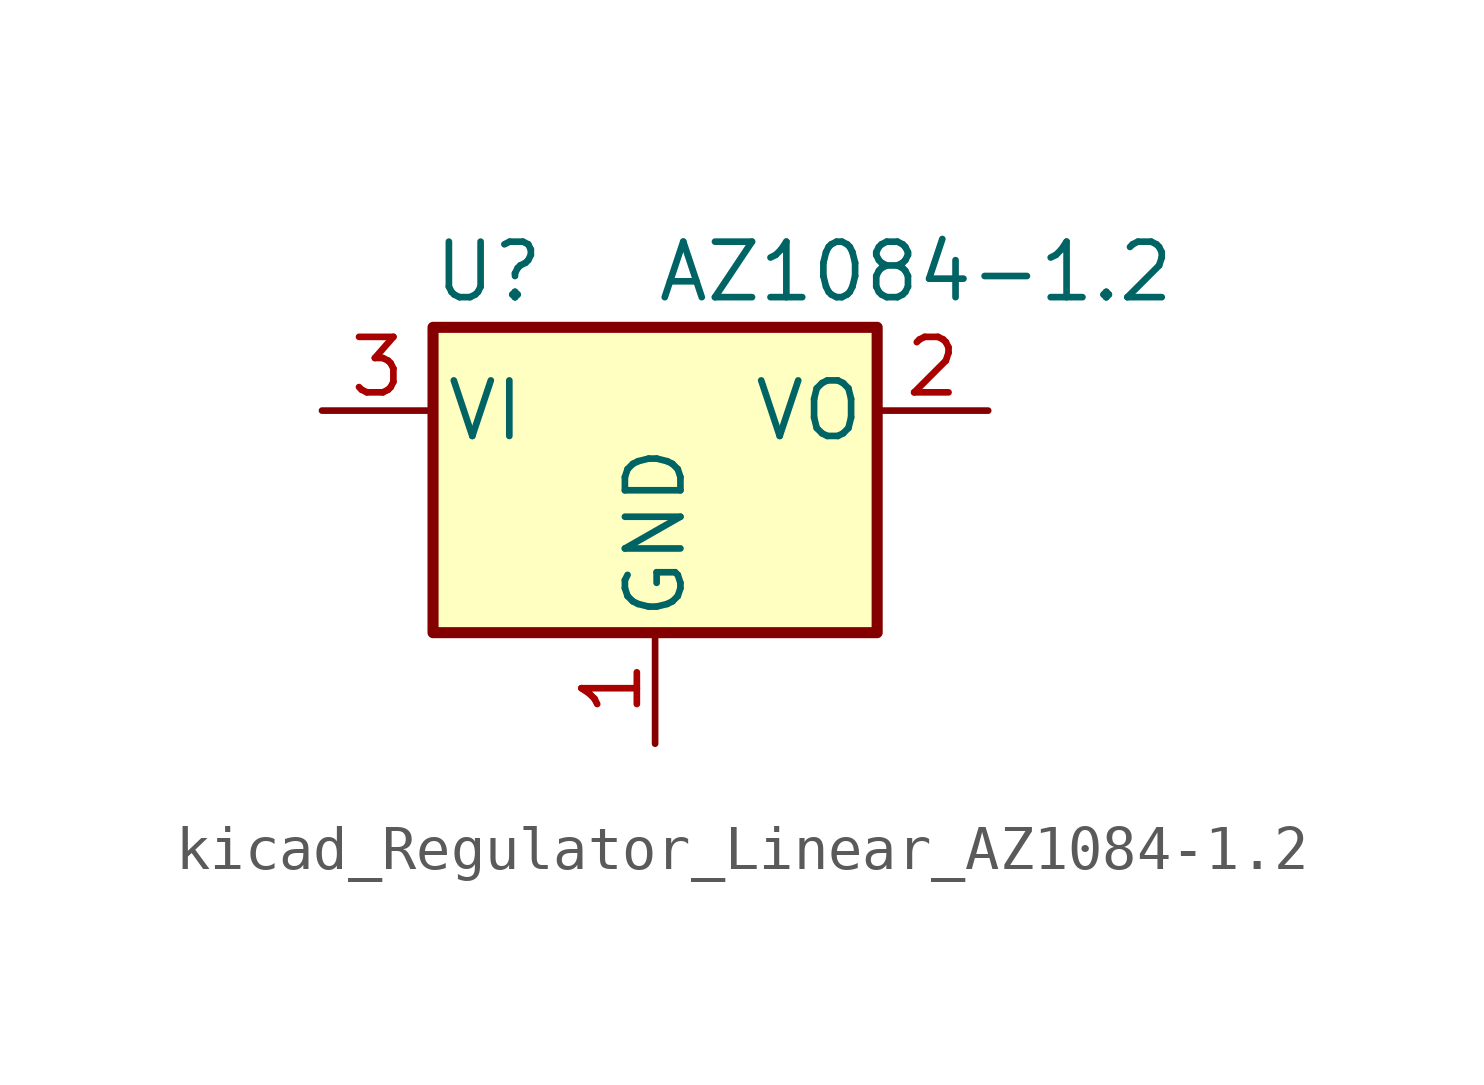
<source format=kicad_sym>
(kicad_symbol_lib
  (version 20220914)
  (generator kicad_symbol_editor)
  (symbol "kicad_Regulator_Linear_AZ1084-1.2"
    (pin_names
      (offset 0.254))
    (property "Reference" "U"
      (at -3.81 3.175 0)
      (effects (font (size 1.27 1.27))))
    (property "Value" "AZ1084-1.2"
      (at 0 3.175 0)
      (effects (font (size 1.27 1.27)) (justify left)))
    (symbol "kicad_Regulator_Linear_AZ1084-1.2_0_1"
      (rectangle (start -5.08 1.905) (end 5.08 -5.08) (stroke (width 0.254) (type default)) (fill (type background))))
    (symbol "kicad_Regulator_Linear_AZ1084-1.2_1_1"
      (pin power_in line (at 0 -7.62 90) (length 2.54) (name "GND" (effects (font (size 1.27 1.27)))) (number "1" (effects (font (size 1.27 1.27)))))
      (pin power_out line (at 7.62 0 180) (length 2.54) (name "VO" (effects (font (size 1.27 1.27)))) (number "2" (effects (font (size 1.27 1.27)))))
      (pin power_in line (at -7.62 0 0) (length 2.54) (name "VI" (effects (font (size 1.27 1.27)))) (number "3" (effects (font (size 1.27 1.27))))))))
</source>
